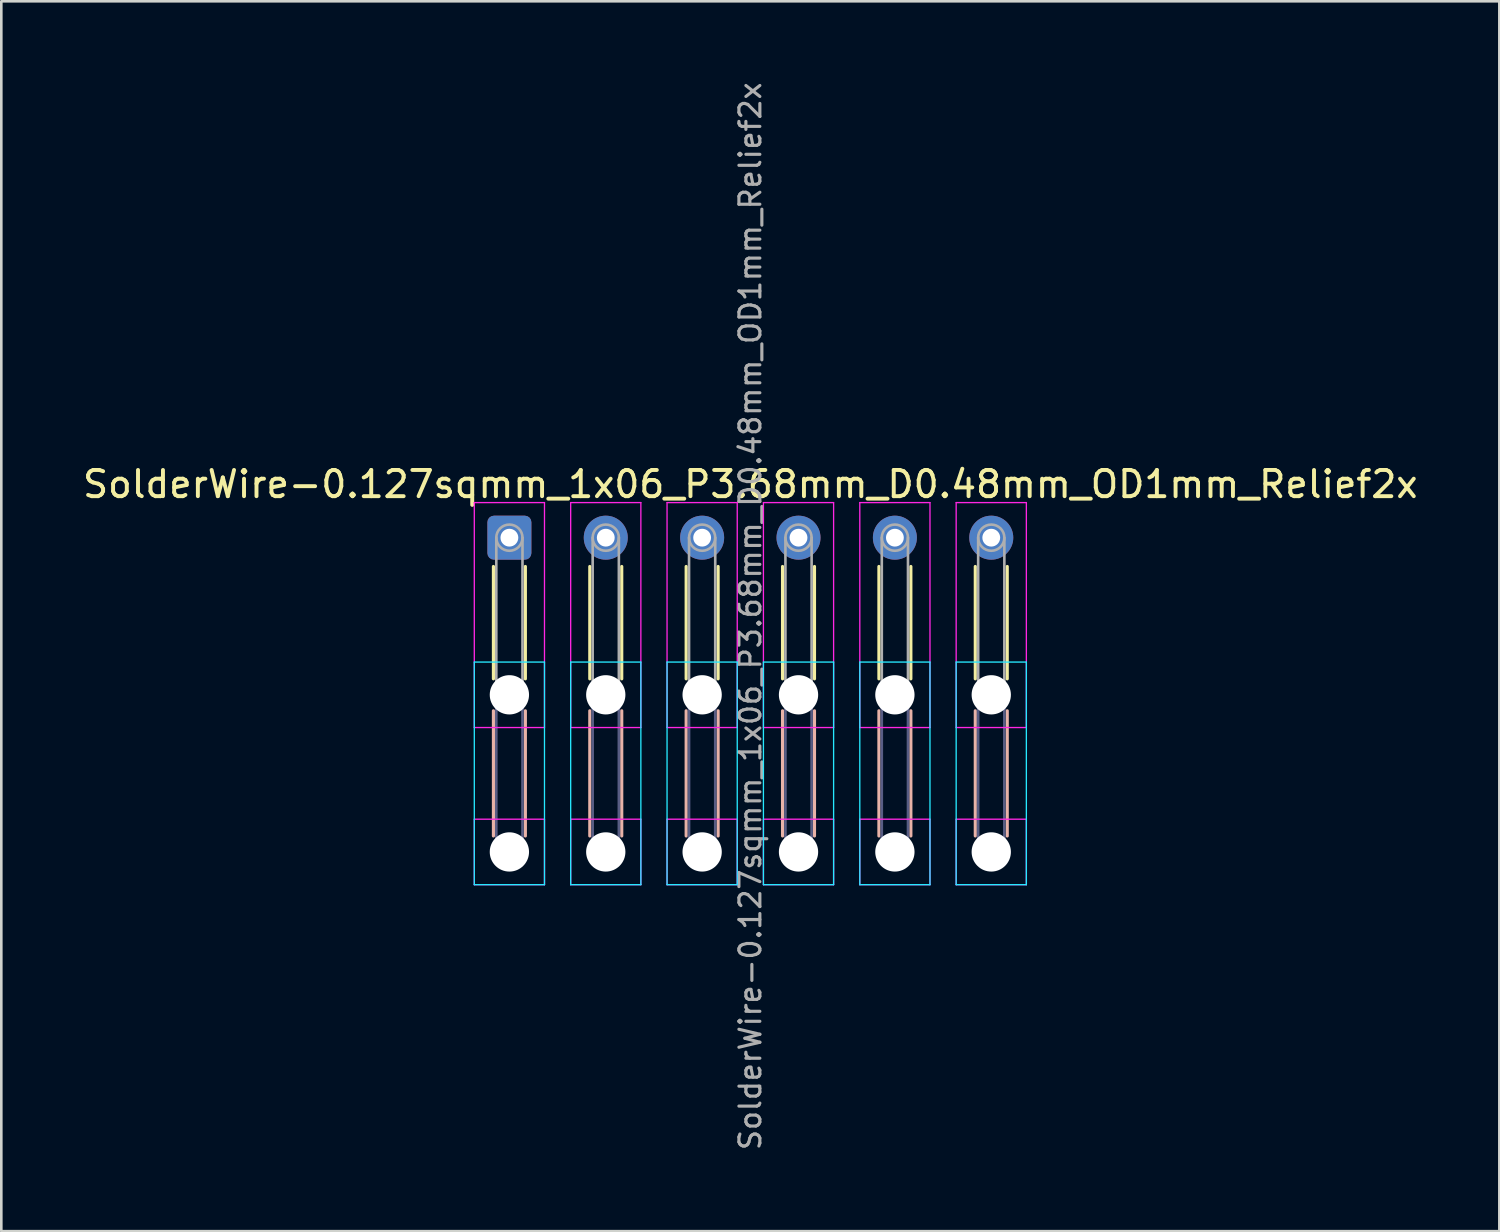
<source format=kicad_pcb>
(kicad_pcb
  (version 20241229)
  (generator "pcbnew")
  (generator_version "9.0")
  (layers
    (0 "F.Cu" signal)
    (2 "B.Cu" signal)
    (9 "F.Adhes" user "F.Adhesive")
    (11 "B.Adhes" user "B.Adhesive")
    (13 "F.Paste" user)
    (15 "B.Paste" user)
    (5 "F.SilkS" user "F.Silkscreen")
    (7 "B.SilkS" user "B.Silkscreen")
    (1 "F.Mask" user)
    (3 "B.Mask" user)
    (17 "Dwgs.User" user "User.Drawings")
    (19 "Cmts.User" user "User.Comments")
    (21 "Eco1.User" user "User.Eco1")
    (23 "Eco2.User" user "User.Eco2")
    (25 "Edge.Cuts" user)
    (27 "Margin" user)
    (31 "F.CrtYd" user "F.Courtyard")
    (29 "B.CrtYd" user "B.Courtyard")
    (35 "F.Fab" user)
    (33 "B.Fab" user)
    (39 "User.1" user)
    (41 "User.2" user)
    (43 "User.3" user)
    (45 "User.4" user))
  (footprint "SolderWire-0.127sqmm_1x06_P3.68mm_D0.48mm_OD1mm_Relief2x"
    (layer "F.Cu")
    (at 16.401 17.481)
    (property "Reference" "SolderWire-0.127sqmm_1x06_P3.68mm_D0.48mm_OD1mm_Relief2x" (at 9.2 -2.04 0) (layer "F.SilkS") (effects (font (size 1 1) (thickness 0.15))))
    (attr exclude_from_pos_files exclude_from_bom)
    (fp_line (start -0.61 1.1) (end -0.61 5.39) (stroke (width 0.12) (type solid)) (layer "F.SilkS"))
    (fp_line (start 0.61 1.1) (end 0.61 5.39) (stroke (width 0.12) (type solid)) (layer "F.SilkS"))
    (fp_line (start 3.07 1.1) (end 3.07 5.39) (stroke (width 0.12) (type solid)) (layer "F.SilkS"))
    (fp_line (start 4.29 1.1) (end 4.29 5.39) (stroke (width 0.12) (type solid)) (layer "F.SilkS"))
    (fp_line (start 6.75 1.1) (end 6.75 5.39) (stroke (width 0.12) (type solid)) (layer "F.SilkS"))
    (fp_line (start 7.97 1.1) (end 7.97 5.39) (stroke (width 0.12) (type solid)) (layer "F.SilkS"))
    (fp_line (start 10.43 1.1) (end 10.43 5.39) (stroke (width 0.12) (type solid)) (layer "F.SilkS"))
    (fp_line (start 11.65 1.1) (end 11.65 5.39) (stroke (width 0.12) (type solid)) (layer "F.SilkS"))
    (fp_line (start 14.11 1.1) (end 14.11 5.39) (stroke (width 0.12) (type solid)) (layer "F.SilkS"))
    (fp_line (start 15.33 1.1) (end 15.33 5.39) (stroke (width 0.12) (type solid)) (layer "F.SilkS"))
    (fp_line (start 17.79 1.1) (end 17.79 5.39) (stroke (width 0.12) (type solid)) (layer "F.SilkS"))
    (fp_line (start 19.01 1.1) (end 19.01 5.39) (stroke (width 0.12) (type solid)) (layer "F.SilkS"))
    (fp_line (start -0.61 6.61) (end -0.61 11.39) (stroke (width 0.12) (type solid)) (layer "B.SilkS"))
    (fp_line (start 0.61 6.61) (end 0.61 11.39) (stroke (width 0.12) (type solid)) (layer "B.SilkS"))
    (fp_line (start 3.07 6.61) (end 3.07 11.39) (stroke (width 0.12) (type solid)) (layer "B.SilkS"))
    (fp_line (start 4.29 6.61) (end 4.29 11.39) (stroke (width 0.12) (type solid)) (layer "B.SilkS"))
    (fp_line (start 6.75 6.61) (end 6.75 11.39) (stroke (width 0.12) (type solid)) (layer "B.SilkS"))
    (fp_line (start 7.97 6.61) (end 7.97 11.39) (stroke (width 0.12) (type solid)) (layer "B.SilkS"))
    (fp_line (start 10.43 6.61) (end 10.43 11.39) (stroke (width 0.12) (type solid)) (layer "B.SilkS"))
    (fp_line (start 11.65 6.61) (end 11.65 11.39) (stroke (width 0.12) (type solid)) (layer "B.SilkS"))
    (fp_line (start 14.11 6.61) (end 14.11 11.39) (stroke (width 0.12) (type solid)) (layer "B.SilkS"))
    (fp_line (start 15.33 6.61) (end 15.33 11.39) (stroke (width 0.12) (type solid)) (layer "B.SilkS"))
    (fp_line (start 17.79 6.61) (end 17.79 11.39) (stroke (width 0.12) (type solid)) (layer "B.SilkS"))
    (fp_line (start 19.01 6.61) (end 19.01 11.39) (stroke (width 0.12) (type solid)) (layer "B.SilkS"))
    (fp_line (start -1.34 4.75) (end -1.34 13.25) (stroke (width 0.05) (type solid)) (layer "B.CrtYd"))
    (fp_line (start -1.34 13.25) (end 1.34 13.25) (stroke (width 0.05) (type solid)) (layer "B.CrtYd"))
    (fp_line (start 1.34 4.75) (end -1.34 4.75) (stroke (width 0.05) (type solid)) (layer "B.CrtYd"))
    (fp_line (start 1.34 13.25) (end 1.34 4.75) (stroke (width 0.05) (type solid)) (layer "B.CrtYd"))
    (fp_line (start 2.34 4.75) (end 2.34 13.25) (stroke (width 0.05) (type solid)) (layer "B.CrtYd"))
    (fp_line (start 2.34 13.25) (end 5.02 13.25) (stroke (width 0.05) (type solid)) (layer "B.CrtYd"))
    (fp_line (start 5.02 4.75) (end 2.34 4.75) (stroke (width 0.05) (type solid)) (layer "B.CrtYd"))
    (fp_line (start 5.02 13.25) (end 5.02 4.75) (stroke (width 0.05) (type solid)) (layer "B.CrtYd"))
    (fp_line (start 6.02 4.75) (end 6.02 13.25) (stroke (width 0.05) (type solid)) (layer "B.CrtYd"))
    (fp_line (start 6.02 13.25) (end 8.7 13.25) (stroke (width 0.05) (type solid)) (layer "B.CrtYd"))
    (fp_line (start 8.7 4.75) (end 6.02 4.75) (stroke (width 0.05) (type solid)) (layer "B.CrtYd"))
    (fp_line (start 8.7 13.25) (end 8.7 4.75) (stroke (width 0.05) (type solid)) (layer "B.CrtYd"))
    (fp_line (start 9.7 4.75) (end 9.7 13.25) (stroke (width 0.05) (type solid)) (layer "B.CrtYd"))
    (fp_line (start 9.7 13.25) (end 12.38 13.25) (stroke (width 0.05) (type solid)) (layer "B.CrtYd"))
    (fp_line (start 12.38 4.75) (end 9.7 4.75) (stroke (width 0.05) (type solid)) (layer "B.CrtYd"))
    (fp_line (start 12.38 13.25) (end 12.38 4.75) (stroke (width 0.05) (type solid)) (layer "B.CrtYd"))
    (fp_line (start 13.38 4.75) (end 13.38 13.25) (stroke (width 0.05) (type solid)) (layer "B.CrtYd"))
    (fp_line (start 13.38 13.25) (end 16.06 13.25) (stroke (width 0.05) (type solid)) (layer "B.CrtYd"))
    (fp_line (start 16.06 4.75) (end 13.38 4.75) (stroke (width 0.05) (type solid)) (layer "B.CrtYd"))
    (fp_line (start 16.06 13.25) (end 16.06 4.75) (stroke (width 0.05) (type solid)) (layer "B.CrtYd"))
    (fp_line (start 17.06 4.75) (end 17.06 13.25) (stroke (width 0.05) (type solid)) (layer "B.CrtYd"))
    (fp_line (start 17.06 13.25) (end 19.74 13.25) (stroke (width 0.05) (type solid)) (layer "B.CrtYd"))
    (fp_line (start 19.74 4.75) (end 17.06 4.75) (stroke (width 0.05) (type solid)) (layer "B.CrtYd"))
    (fp_line (start 19.74 13.25) (end 19.74 4.75) (stroke (width 0.05) (type solid)) (layer "B.CrtYd"))
    (fp_line (start -1.34 -1.34) (end -1.34 7.25) (stroke (width 0.05) (type solid)) (layer "F.CrtYd"))
    (fp_line (start -1.34 7.25) (end 1.34 7.25) (stroke (width 0.05) (type solid)) (layer "F.CrtYd"))
    (fp_line (start -1.34 10.75) (end -1.34 13.25) (stroke (width 0.05) (type solid)) (layer "F.CrtYd"))
    (fp_line (start -1.34 13.25) (end 1.34 13.25) (stroke (width 0.05) (type solid)) (layer "F.CrtYd"))
    (fp_line (start 1.34 -1.34) (end -1.34 -1.34) (stroke (width 0.05) (type solid)) (layer "F.CrtYd"))
    (fp_line (start 1.34 7.25) (end 1.34 -1.34) (stroke (width 0.05) (type solid)) (layer "F.CrtYd"))
    (fp_line (start 1.34 10.75) (end -1.34 10.75) (stroke (width 0.05) (type solid)) (layer "F.CrtYd"))
    (fp_line (start 1.34 13.25) (end 1.34 10.75) (stroke (width 0.05) (type solid)) (layer "F.CrtYd"))
    (fp_line (start 2.34 -1.34) (end 2.34 7.25) (stroke (width 0.05) (type solid)) (layer "F.CrtYd"))
    (fp_line (start 2.34 7.25) (end 5.02 7.25) (stroke (width 0.05) (type solid)) (layer "F.CrtYd"))
    (fp_line (start 2.34 10.75) (end 2.34 13.25) (stroke (width 0.05) (type solid)) (layer "F.CrtYd"))
    (fp_line (start 2.34 13.25) (end 5.02 13.25) (stroke (width 0.05) (type solid)) (layer "F.CrtYd"))
    (fp_line (start 5.02 -1.34) (end 2.34 -1.34) (stroke (width 0.05) (type solid)) (layer "F.CrtYd"))
    (fp_line (start 5.02 7.25) (end 5.02 -1.34) (stroke (width 0.05) (type solid)) (layer "F.CrtYd"))
    (fp_line (start 5.02 10.75) (end 2.34 10.75) (stroke (width 0.05) (type solid)) (layer "F.CrtYd"))
    (fp_line (start 5.02 13.25) (end 5.02 10.75) (stroke (width 0.05) (type solid)) (layer "F.CrtYd"))
    (fp_line (start 6.02 -1.34) (end 6.02 7.25) (stroke (width 0.05) (type solid)) (layer "F.CrtYd"))
    (fp_line (start 6.02 7.25) (end 8.7 7.25) (stroke (width 0.05) (type solid)) (layer "F.CrtYd"))
    (fp_line (start 6.02 10.75) (end 6.02 13.25) (stroke (width 0.05) (type solid)) (layer "F.CrtYd"))
    (fp_line (start 6.02 13.25) (end 8.7 13.25) (stroke (width 0.05) (type solid)) (layer "F.CrtYd"))
    (fp_line (start 8.7 -1.34) (end 6.02 -1.34) (stroke (width 0.05) (type solid)) (layer "F.CrtYd"))
    (fp_line (start 8.7 7.25) (end 8.7 -1.34) (stroke (width 0.05) (type solid)) (layer "F.CrtYd"))
    (fp_line (start 8.7 10.75) (end 6.02 10.75) (stroke (width 0.05) (type solid)) (layer "F.CrtYd"))
    (fp_line (start 8.7 13.25) (end 8.7 10.75) (stroke (width 0.05) (type solid)) (layer "F.CrtYd"))
    (fp_line (start 9.7 -1.34) (end 9.7 7.25) (stroke (width 0.05) (type solid)) (layer "F.CrtYd"))
    (fp_line (start 9.7 7.25) (end 12.38 7.25) (stroke (width 0.05) (type solid)) (layer "F.CrtYd"))
    (fp_line (start 9.7 10.75) (end 9.7 13.25) (stroke (width 0.05) (type solid)) (layer "F.CrtYd"))
    (fp_line (start 9.7 13.25) (end 12.38 13.25) (stroke (width 0.05) (type solid)) (layer "F.CrtYd"))
    (fp_line (start 12.38 -1.34) (end 9.7 -1.34) (stroke (width 0.05) (type solid)) (layer "F.CrtYd"))
    (fp_line (start 12.38 7.25) (end 12.38 -1.34) (stroke (width 0.05) (type solid)) (layer "F.CrtYd"))
    (fp_line (start 12.38 10.75) (end 9.7 10.75) (stroke (width 0.05) (type solid)) (layer "F.CrtYd"))
    (fp_line (start 12.38 13.25) (end 12.38 10.75) (stroke (width 0.05) (type solid)) (layer "F.CrtYd"))
    (fp_line (start 13.38 -1.34) (end 13.38 7.25) (stroke (width 0.05) (type solid)) (layer "F.CrtYd"))
    (fp_line (start 13.38 7.25) (end 16.06 7.25) (stroke (width 0.05) (type solid)) (layer "F.CrtYd"))
    (fp_line (start 13.38 10.75) (end 13.38 13.25) (stroke (width 0.05) (type solid)) (layer "F.CrtYd"))
    (fp_line (start 13.38 13.25) (end 16.06 13.25) (stroke (width 0.05) (type solid)) (layer "F.CrtYd"))
    (fp_line (start 16.06 -1.34) (end 13.38 -1.34) (stroke (width 0.05) (type solid)) (layer "F.CrtYd"))
    (fp_line (start 16.06 7.25) (end 16.06 -1.34) (stroke (width 0.05) (type solid)) (layer "F.CrtYd"))
    (fp_line (start 16.06 10.75) (end 13.38 10.75) (stroke (width 0.05) (type solid)) (layer "F.CrtYd"))
    (fp_line (start 16.06 13.25) (end 16.06 10.75) (stroke (width 0.05) (type solid)) (layer "F.CrtYd"))
    (fp_line (start 17.06 -1.34) (end 17.06 7.25) (stroke (width 0.05) (type solid)) (layer "F.CrtYd"))
    (fp_line (start 17.06 7.25) (end 19.74 7.25) (stroke (width 0.05) (type solid)) (layer "F.CrtYd"))
    (fp_line (start 17.06 10.75) (end 17.06 13.25) (stroke (width 0.05) (type solid)) (layer "F.CrtYd"))
    (fp_line (start 17.06 13.25) (end 19.74 13.25) (stroke (width 0.05) (type solid)) (layer "F.CrtYd"))
    (fp_line (start 19.74 -1.34) (end 17.06 -1.34) (stroke (width 0.05) (type solid)) (layer "F.CrtYd"))
    (fp_line (start 19.74 7.25) (end 19.74 -1.34) (stroke (width 0.05) (type solid)) (layer "F.CrtYd"))
    (fp_line (start 19.74 10.75) (end 17.06 10.75) (stroke (width 0.05) (type solid)) (layer "F.CrtYd"))
    (fp_line (start 19.74 13.25) (end 19.74 10.75) (stroke (width 0.05) (type solid)) (layer "F.CrtYd"))
    (fp_line (start -0.5 6) (end -0.5 12) (stroke (width 0.1) (type solid)) (layer "B.Fab"))
    (fp_line (start 0.5 6) (end 0.5 12) (stroke (width 0.1) (type solid)) (layer "B.Fab"))
    (fp_line (start 3.18 6) (end 3.18 12) (stroke (width 0.1) (type solid)) (layer "B.Fab"))
    (fp_line (start 4.18 6) (end 4.18 12) (stroke (width 0.1) (type solid)) (layer "B.Fab"))
    (fp_line (start 6.86 6) (end 6.86 12) (stroke (width 0.1) (type solid)) (layer "B.Fab"))
    (fp_line (start 7.86 6) (end 7.86 12) (stroke (width 0.1) (type solid)) (layer "B.Fab"))
    (fp_line (start 10.54 6) (end 10.54 12) (stroke (width 0.1) (type solid)) (layer "B.Fab"))
    (fp_line (start 11.54 6) (end 11.54 12) (stroke (width 0.1) (type solid)) (layer "B.Fab"))
    (fp_line (start 14.22 6) (end 14.22 12) (stroke (width 0.1) (type solid)) (layer "B.Fab"))
    (fp_line (start 15.22 6) (end 15.22 12) (stroke (width 0.1) (type solid)) (layer "B.Fab"))
    (fp_line (start 17.9 6) (end 17.9 12) (stroke (width 0.1) (type solid)) (layer "B.Fab"))
    (fp_line (start 18.9 6) (end 18.9 12) (stroke (width 0.1) (type solid)) (layer "B.Fab"))
    (fp_circle (center 0 6) (end 0.5 6) (stroke (width 0.1) (type solid)) (fill no) (layer "B.Fab"))
    (fp_circle (center 0 12) (end 0.5 12) (stroke (width 0.1) (type solid)) (fill no) (layer "B.Fab"))
    (fp_circle (center 3.68 6) (end 4.18 6) (stroke (width 0.1) (type solid)) (fill no) (layer "B.Fab"))
    (fp_circle (center 3.68 12) (end 4.18 12) (stroke (width 0.1) (type solid)) (fill no) (layer "B.Fab"))
    (fp_circle (center 7.36 6) (end 7.86 6) (stroke (width 0.1) (type solid)) (fill no) (layer "B.Fab"))
    (fp_circle (center 7.36 12) (end 7.86 12) (stroke (width 0.1) (type solid)) (fill no) (layer "B.Fab"))
    (fp_circle (center 11.04 6) (end 11.54 6) (stroke (width 0.1) (type solid)) (fill no) (layer "B.Fab"))
    (fp_circle (center 11.04 12) (end 11.54 12) (stroke (width 0.1) (type solid)) (fill no) (layer "B.Fab"))
    (fp_circle (center 14.72 6) (end 15.22 6) (stroke (width 0.1) (type solid)) (fill no) (layer "B.Fab"))
    (fp_circle (center 14.72 12) (end 15.22 12) (stroke (width 0.1) (type solid)) (fill no) (layer "B.Fab"))
    (fp_circle (center 18.4 6) (end 18.9 6) (stroke (width 0.1) (type solid)) (fill no) (layer "B.Fab"))
    (fp_circle (center 18.4 12) (end 18.9 12) (stroke (width 0.1) (type solid)) (fill no) (layer "B.Fab"))
    (fp_line (start -0.5 0) (end -0.5 6) (stroke (width 0.1) (type solid)) (layer "F.Fab"))
    (fp_line (start 0.5 0) (end 0.5 6) (stroke (width 0.1) (type solid)) (layer "F.Fab"))
    (fp_line (start 3.18 0) (end 3.18 6) (stroke (width 0.1) (type solid)) (layer "F.Fab"))
    (fp_line (start 4.18 0) (end 4.18 6) (stroke (width 0.1) (type solid)) (layer "F.Fab"))
    (fp_line (start 6.86 0) (end 6.86 6) (stroke (width 0.1) (type solid)) (layer "F.Fab"))
    (fp_line (start 7.86 0) (end 7.86 6) (stroke (width 0.1) (type solid)) (layer "F.Fab"))
    (fp_line (start 10.54 0) (end 10.54 6) (stroke (width 0.1) (type solid)) (layer "F.Fab"))
    (fp_line (start 11.54 0) (end 11.54 6) (stroke (width 0.1) (type solid)) (layer "F.Fab"))
    (fp_line (start 14.22 0) (end 14.22 6) (stroke (width 0.1) (type solid)) (layer "F.Fab"))
    (fp_line (start 15.22 0) (end 15.22 6) (stroke (width 0.1) (type solid)) (layer "F.Fab"))
    (fp_line (start 17.9 0) (end 17.9 6) (stroke (width 0.1) (type solid)) (layer "F.Fab"))
    (fp_line (start 18.9 0) (end 18.9 6) (stroke (width 0.1) (type solid)) (layer "F.Fab"))
    (fp_circle (center 0 0) (end 0.5 0) (stroke (width 0.1) (type solid)) (fill no) (layer "F.Fab"))
    (fp_circle (center 0 6) (end 0.5 6) (stroke (width 0.1) (type solid)) (fill no) (layer "F.Fab"))
    (fp_circle (center 0 12) (end 0.5 12) (stroke (width 0.1) (type solid)) (fill no) (layer "F.Fab"))
    (fp_circle (center 3.68 0) (end 4.18 0) (stroke (width 0.1) (type solid)) (fill no) (layer "F.Fab"))
    (fp_circle (center 3.68 6) (end 4.18 6) (stroke (width 0.1) (type solid)) (fill no) (layer "F.Fab"))
    (fp_circle (center 3.68 12) (end 4.18 12) (stroke (width 0.1) (type solid)) (fill no) (layer "F.Fab"))
    (fp_circle (center 7.36 0) (end 7.86 0) (stroke (width 0.1) (type solid)) (fill no) (layer "F.Fab"))
    (fp_circle (center 7.36 6) (end 7.86 6) (stroke (width 0.1) (type solid)) (fill no) (layer "F.Fab"))
    (fp_circle (center 7.36 12) (end 7.86 12) (stroke (width 0.1) (type solid)) (fill no) (layer "F.Fab"))
    (fp_circle (center 11.04 0) (end 11.54 0) (stroke (width 0.1) (type solid)) (fill no) (layer "F.Fab"))
    (fp_circle (center 11.04 6) (end 11.54 6) (stroke (width 0.1) (type solid)) (fill no) (layer "F.Fab"))
    (fp_circle (center 11.04 12) (end 11.54 12) (stroke (width 0.1) (type solid)) (fill no) (layer "F.Fab"))
    (fp_circle (center 14.72 0) (end 15.22 0) (stroke (width 0.1) (type solid)) (fill no) (layer "F.Fab"))
    (fp_circle (center 14.72 6) (end 15.22 6) (stroke (width 0.1) (type solid)) (fill no) (layer "F.Fab"))
    (fp_circle (center 14.72 12) (end 15.22 12) (stroke (width 0.1) (type solid)) (fill no) (layer "F.Fab"))
    (fp_circle (center 18.4 0) (end 18.9 0) (stroke (width 0.1) (type solid)) (fill no) (layer "F.Fab"))
    (fp_circle (center 18.4 6) (end 18.9 6) (stroke (width 0.1) (type solid)) (fill no) (layer "F.Fab"))
    (fp_circle (center 18.4 12) (end 18.9 12) (stroke (width 0.1) (type solid)) (fill no) (layer "F.Fab"))
    (fp_text user "${REFERENCE}" (at 9.2 3 90) (layer "F.Fab") (effects (font (size 0.8 0.8) (thickness 0.12))))
    (pad "" np_thru_hole circle (at 0 6) (size 1.5 1.5) (drill 1.5) (layers "*.Cu" "*.Mask"))
    (pad "" np_thru_hole circle (at 0 12) (size 1.5 1.5) (drill 1.5) (layers "*.Cu" "*.Mask"))
    (pad "" np_thru_hole circle (at 3.68 6) (size 1.5 1.5) (drill 1.5) (layers "*.Cu" "*.Mask"))
    (pad "" np_thru_hole circle (at 3.68 12) (size 1.5 1.5) (drill 1.5) (layers "*.Cu" "*.Mask"))
    (pad "" np_thru_hole circle (at 7.36 6) (size 1.5 1.5) (drill 1.5) (layers "*.Cu" "*.Mask"))
    (pad "" np_thru_hole circle (at 7.36 12) (size 1.5 1.5) (drill 1.5) (layers "*.Cu" "*.Mask"))
    (pad "" np_thru_hole circle (at 11.04 6) (size 1.5 1.5) (drill 1.5) (layers "*.Cu" "*.Mask"))
    (pad "" np_thru_hole circle (at 11.04 12) (size 1.5 1.5) (drill 1.5) (layers "*.Cu" "*.Mask"))
    (pad "" np_thru_hole circle (at 14.72 6) (size 1.5 1.5) (drill 1.5) (layers "*.Cu" "*.Mask"))
    (pad "" np_thru_hole circle (at 14.72 12) (size 1.5 1.5) (drill 1.5) (layers "*.Cu" "*.Mask"))
    (pad "" np_thru_hole circle (at 18.4 6) (size 1.5 1.5) (drill 1.5) (layers "*.Cu" "*.Mask"))
    (pad "" np_thru_hole circle (at 18.4 12) (size 1.5 1.5) (drill 1.5) (layers "*.Cu" "*.Mask"))
    (pad "1" thru_hole roundrect (at 0 0) (size 1.68 1.68) (drill 0.68) (layers "*.Cu" "*.Mask") (roundrect_rratio 0.149))
    (pad "2" thru_hole circle (at 3.68 0) (size 1.68 1.68) (drill 0.68) (layers "*.Cu" "*.Mask"))
    (pad "3" thru_hole circle (at 7.36 0) (size 1.68 1.68) (drill 0.68) (layers "*.Cu" "*.Mask"))
    (pad "4" thru_hole circle (at 11.04 0) (size 1.68 1.68) (drill 0.68) (layers "*.Cu" "*.Mask"))
    (pad "5" thru_hole circle (at 14.72 0) (size 1.68 1.68) (drill 0.68) (layers "*.Cu" "*.Mask"))
    (pad "6" thru_hole circle (at 18.4 0) (size 1.68 1.68) (drill 0.68) (layers "*.Cu" "*.Mask")))
  (gr_rect
    (start -3 -3)
    (end 54.202 43.962)
    (stroke (width 0.1) (type default))
    (fill no)
    (layer "Edge.Cuts")))
</source>
